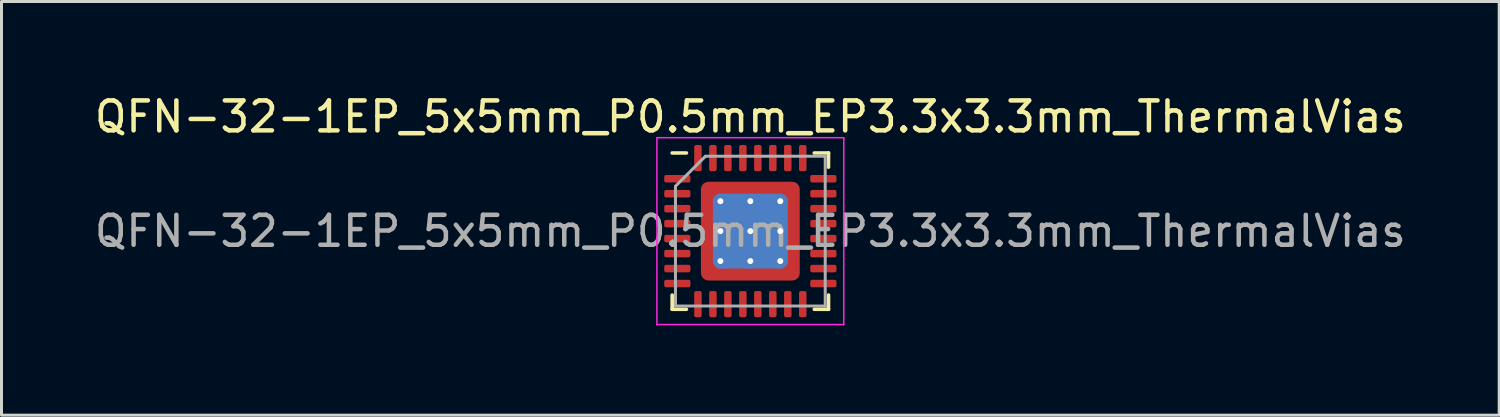
<source format=kicad_pcb>
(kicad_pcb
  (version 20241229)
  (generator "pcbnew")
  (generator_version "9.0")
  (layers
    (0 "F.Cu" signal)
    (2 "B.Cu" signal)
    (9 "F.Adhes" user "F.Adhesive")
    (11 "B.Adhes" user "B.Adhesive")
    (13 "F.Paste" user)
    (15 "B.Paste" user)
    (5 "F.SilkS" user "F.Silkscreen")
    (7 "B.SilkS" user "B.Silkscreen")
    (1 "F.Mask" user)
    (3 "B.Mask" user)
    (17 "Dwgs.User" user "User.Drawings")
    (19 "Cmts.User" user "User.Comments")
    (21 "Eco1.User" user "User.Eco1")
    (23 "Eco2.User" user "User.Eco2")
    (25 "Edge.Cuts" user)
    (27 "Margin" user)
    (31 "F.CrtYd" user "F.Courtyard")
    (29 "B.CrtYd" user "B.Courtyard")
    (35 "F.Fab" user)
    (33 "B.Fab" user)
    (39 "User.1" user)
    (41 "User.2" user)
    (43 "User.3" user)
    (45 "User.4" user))
  (footprint "QFN-32-1EP_5x5mm_P0.5mm_EP3.3x3.3mm_ThermalVias"
    (layer "F.Cu")
    (at 22.006 4.668)
    (property "Reference" "QFN-32-1EP_5x5mm_P0.5mm_EP3.3x3.3mm_ThermalVias" (at 0 -3.82 0) (layer "F.SilkS") (effects (font (size 1 1) (thickness 0.15))))
    (attr smd)
    (fp_line (start -2.61 2.61) (end -2.61 2.135) (stroke (width 0.12) (type solid)) (layer "F.SilkS"))
    (fp_line (start -2.135 -2.61) (end -2.61 -2.61) (stroke (width 0.12) (type solid)) (layer "F.SilkS"))
    (fp_line (start -2.135 2.61) (end -2.61 2.61) (stroke (width 0.12) (type solid)) (layer "F.SilkS"))
    (fp_line (start 2.135 -2.61) (end 2.61 -2.61) (stroke (width 0.12) (type solid)) (layer "F.SilkS"))
    (fp_line (start 2.135 2.61) (end 2.61 2.61) (stroke (width 0.12) (type solid)) (layer "F.SilkS"))
    (fp_line (start 2.61 -2.61) (end 2.61 -2.135) (stroke (width 0.12) (type solid)) (layer "F.SilkS"))
    (fp_line (start 2.61 2.61) (end 2.61 2.135) (stroke (width 0.12) (type solid)) (layer "F.SilkS"))
    (fp_line (start -3.12 -3.12) (end -3.12 3.12) (stroke (width 0.05) (type solid)) (layer "F.CrtYd"))
    (fp_line (start -3.12 3.12) (end 3.12 3.12) (stroke (width 0.05) (type solid)) (layer "F.CrtYd"))
    (fp_line (start 3.12 -3.12) (end -3.12 -3.12) (stroke (width 0.05) (type solid)) (layer "F.CrtYd"))
    (fp_line (start 3.12 3.12) (end 3.12 -3.12) (stroke (width 0.05) (type solid)) (layer "F.CrtYd"))
    (fp_line (start -2.5 -1.5) (end -1.5 -2.5) (stroke (width 0.1) (type solid)) (layer "F.Fab"))
    (fp_line (start -2.5 2.5) (end -2.5 -1.5) (stroke (width 0.1) (type solid)) (layer "F.Fab"))
    (fp_line (start -1.5 -2.5) (end 2.5 -2.5) (stroke (width 0.1) (type solid)) (layer "F.Fab"))
    (fp_line (start 2.5 -2.5) (end 2.5 2.5) (stroke (width 0.1) (type solid)) (layer "F.Fab"))
    (fp_line (start 2.5 2.5) (end -2.5 2.5) (stroke (width 0.1) (type solid)) (layer "F.Fab"))
    (fp_text user "${REFERENCE}" (at 0 0 0) (layer "F.Fab") (effects (font (size 1 1) (thickness 0.15))))
    (pad "" smd custom (at -1.325 -1.325) (size 0.413 0.413) (layers "F.Paste") (options (anchor circle)) (primitives (gr_poly (pts (xy -0.151 -0.151) (xy 0.151 -0.151) (xy 0.151 0.059) (xy 0.059 0.151) (xy -0.151 0.151)) (width 0.222) (fill yes))))
    (pad "" smd custom (at -1.325 -0.5) (size 0.437 0.437) (layers "F.Paste") (options (anchor circle)) (primitives (gr_poly (pts (xy -0.175 -0.316) (xy 0.103 -0.316) (xy 0.175 -0.244) (xy 0.175 0.244) (xy 0.103 0.316) (xy -0.175 0.316)) (width 0.174) (fill yes))))
    (pad "" smd custom (at -1.325 0.5) (size 0.437 0.437) (layers "F.Paste") (options (anchor circle)) (primitives (gr_poly (pts (xy -0.175 -0.316) (xy 0.103 -0.316) (xy 0.175 -0.244) (xy 0.175 0.244) (xy 0.103 0.316) (xy -0.175 0.316)) (width 0.174) (fill yes))))
    (pad "" smd custom (at -1.325 1.325) (size 0.413 0.413) (layers "F.Paste") (options (anchor circle)) (primitives (gr_poly (pts (xy -0.151 -0.151) (xy 0.059 -0.151) (xy 0.151 -0.059) (xy 0.151 0.151) (xy -0.151 0.151)) (width 0.222) (fill yes))))
    (pad "" smd custom (at -0.5 -1.325) (size 0.437 0.437) (layers "F.Paste") (options (anchor circle)) (primitives (gr_poly (pts (xy -0.316 -0.175) (xy 0.316 -0.175) (xy 0.316 0.103) (xy 0.244 0.175) (xy -0.244 0.175) (xy -0.316 0.103)) (width 0.174) (fill yes))))
    (pad "" smd roundrect (at -0.5 -0.5) (size 0.806 0.806) (layers "F.Paste") (roundrect_rratio 0.25))
    (pad "" smd roundrect (at -0.5 0.5) (size 0.806 0.806) (layers "F.Paste") (roundrect_rratio 0.25))
    (pad "" smd custom (at -0.5 1.325) (size 0.437 0.437) (layers "F.Paste") (options (anchor circle)) (primitives (gr_poly (pts (xy -0.316 -0.103) (xy -0.244 -0.175) (xy 0.244 -0.175) (xy 0.316 -0.103) (xy 0.316 0.175) (xy -0.316 0.175)) (width 0.174) (fill yes))))
    (pad "" smd custom (at 0.5 -1.325) (size 0.437 0.437) (layers "F.Paste") (options (anchor circle)) (primitives (gr_poly (pts (xy -0.316 -0.175) (xy 0.316 -0.175) (xy 0.316 0.103) (xy 0.244 0.175) (xy -0.244 0.175) (xy -0.316 0.103)) (width 0.174) (fill yes))))
    (pad "" smd roundrect (at 0.5 -0.5) (size 0.806 0.806) (layers "F.Paste") (roundrect_rratio 0.25))
    (pad "" smd roundrect (at 0.5 0.5) (size 0.806 0.806) (layers "F.Paste") (roundrect_rratio 0.25))
    (pad "" smd custom (at 0.5 1.325) (size 0.437 0.437) (layers "F.Paste") (options (anchor circle)) (primitives (gr_poly (pts (xy -0.316 -0.103) (xy -0.244 -0.175) (xy 0.244 -0.175) (xy 0.316 -0.103) (xy 0.316 0.175) (xy -0.316 0.175)) (width 0.174) (fill yes))))
    (pad "" smd custom (at 1.325 -1.325) (size 0.413 0.413) (layers "F.Paste") (options (anchor circle)) (primitives (gr_poly (pts (xy -0.151 -0.151) (xy 0.151 -0.151) (xy 0.151 0.151) (xy -0.059 0.151) (xy -0.151 0.059)) (width 0.222) (fill yes))))
    (pad "" smd custom (at 1.325 -0.5) (size 0.437 0.437) (layers "F.Paste") (options (anchor circle)) (primitives (gr_poly (pts (xy -0.175 -0.244) (xy -0.103 -0.316) (xy 0.175 -0.316) (xy 0.175 0.316) (xy -0.103 0.316) (xy -0.175 0.244)) (width 0.174) (fill yes))))
    (pad "" smd custom (at 1.325 0.5) (size 0.437 0.437) (layers "F.Paste") (options (anchor circle)) (primitives (gr_poly (pts (xy -0.175 -0.244) (xy -0.103 -0.316) (xy 0.175 -0.316) (xy 0.175 0.316) (xy -0.103 0.316) (xy -0.175 0.244)) (width 0.174) (fill yes))))
    (pad "" smd custom (at 1.325 1.325) (size 0.413 0.413) (layers "F.Paste") (options (anchor circle)) (primitives (gr_poly (pts (xy -0.151 -0.059) (xy -0.059 -0.151) (xy 0.151 -0.151) (xy 0.151 0.151) (xy -0.151 0.151)) (width 0.222) (fill yes))))
    (pad "1" smd roundrect (at -2.438 -1.75) (size 0.875 0.25) (layers "F.Cu" "F.Mask" "F.Paste") (roundrect_rratio 0.25))
    (pad "2" smd roundrect (at -2.438 -1.25) (size 0.875 0.25) (layers "F.Cu" "F.Mask" "F.Paste") (roundrect_rratio 0.25))
    (pad "3" smd roundrect (at -2.438 -0.75) (size 0.875 0.25) (layers "F.Cu" "F.Mask" "F.Paste") (roundrect_rratio 0.25))
    (pad "4" smd roundrect (at -2.438 -0.25) (size 0.875 0.25) (layers "F.Cu" "F.Mask" "F.Paste") (roundrect_rratio 0.25))
    (pad "5" smd roundrect (at -2.438 0.25) (size 0.875 0.25) (layers "F.Cu" "F.Mask" "F.Paste") (roundrect_rratio 0.25))
    (pad "6" smd roundrect (at -2.438 0.75) (size 0.875 0.25) (layers "F.Cu" "F.Mask" "F.Paste") (roundrect_rratio 0.25))
    (pad "7" smd roundrect (at -2.438 1.25) (size 0.875 0.25) (layers "F.Cu" "F.Mask" "F.Paste") (roundrect_rratio 0.25))
    (pad "8" smd roundrect (at -2.438 1.75) (size 0.875 0.25) (layers "F.Cu" "F.Mask" "F.Paste") (roundrect_rratio 0.25))
    (pad "9" smd roundrect (at -1.75 2.438) (size 0.25 0.875) (layers "F.Cu" "F.Mask" "F.Paste") (roundrect_rratio 0.25))
    (pad "10" smd roundrect (at -1.25 2.438) (size 0.25 0.875) (layers "F.Cu" "F.Mask" "F.Paste") (roundrect_rratio 0.25))
    (pad "11" smd roundrect (at -0.75 2.438) (size 0.25 0.875) (layers "F.Cu" "F.Mask" "F.Paste") (roundrect_rratio 0.25))
    (pad "12" smd roundrect (at -0.25 2.438) (size 0.25 0.875) (layers "F.Cu" "F.Mask" "F.Paste") (roundrect_rratio 0.25))
    (pad "13" smd roundrect (at 0.25 2.438) (size 0.25 0.875) (layers "F.Cu" "F.Mask" "F.Paste") (roundrect_rratio 0.25))
    (pad "14" smd roundrect (at 0.75 2.438) (size 0.25 0.875) (layers "F.Cu" "F.Mask" "F.Paste") (roundrect_rratio 0.25))
    (pad "15" smd roundrect (at 1.25 2.438) (size 0.25 0.875) (layers "F.Cu" "F.Mask" "F.Paste") (roundrect_rratio 0.25))
    (pad "16" smd roundrect (at 1.75 2.438) (size 0.25 0.875) (layers "F.Cu" "F.Mask" "F.Paste") (roundrect_rratio 0.25))
    (pad "17" smd roundrect (at 2.438 1.75) (size 0.875 0.25) (layers "F.Cu" "F.Mask" "F.Paste") (roundrect_rratio 0.25))
    (pad "18" smd roundrect (at 2.438 1.25) (size 0.875 0.25) (layers "F.Cu" "F.Mask" "F.Paste") (roundrect_rratio 0.25))
    (pad "19" smd roundrect (at 2.438 0.75) (size 0.875 0.25) (layers "F.Cu" "F.Mask" "F.Paste") (roundrect_rratio 0.25))
    (pad "20" smd roundrect (at 2.438 0.25) (size 0.875 0.25) (layers "F.Cu" "F.Mask" "F.Paste") (roundrect_rratio 0.25))
    (pad "21" smd roundrect (at 2.438 -0.25) (size 0.875 0.25) (layers "F.Cu" "F.Mask" "F.Paste") (roundrect_rratio 0.25))
    (pad "22" smd roundrect (at 2.438 -0.75) (size 0.875 0.25) (layers "F.Cu" "F.Mask" "F.Paste") (roundrect_rratio 0.25))
    (pad "23" smd roundrect (at 2.438 -1.25) (size 0.875 0.25) (layers "F.Cu" "F.Mask" "F.Paste") (roundrect_rratio 0.25))
    (pad "24" smd roundrect (at 2.438 -1.75) (size 0.875 0.25) (layers "F.Cu" "F.Mask" "F.Paste") (roundrect_rratio 0.25))
    (pad "25" smd roundrect (at 1.75 -2.438) (size 0.25 0.875) (layers "F.Cu" "F.Mask" "F.Paste") (roundrect_rratio 0.25))
    (pad "26" smd roundrect (at 1.25 -2.438) (size 0.25 0.875) (layers "F.Cu" "F.Mask" "F.Paste") (roundrect_rratio 0.25))
    (pad "27" smd roundrect (at 0.75 -2.438) (size 0.25 0.875) (layers "F.Cu" "F.Mask" "F.Paste") (roundrect_rratio 0.25))
    (pad "28" smd roundrect (at 0.25 -2.438) (size 0.25 0.875) (layers "F.Cu" "F.Mask" "F.Paste") (roundrect_rratio 0.25))
    (pad "29" smd roundrect (at -0.25 -2.438) (size 0.25 0.875) (layers "F.Cu" "F.Mask" "F.Paste") (roundrect_rratio 0.25))
    (pad "30" smd roundrect (at -0.75 -2.438) (size 0.25 0.875) (layers "F.Cu" "F.Mask" "F.Paste") (roundrect_rratio 0.25))
    (pad "31" smd roundrect (at -1.25 -2.438) (size 0.25 0.875) (layers "F.Cu" "F.Mask" "F.Paste") (roundrect_rratio 0.25))
    (pad "32" smd roundrect (at -1.75 -2.438) (size 0.25 0.875) (layers "F.Cu" "F.Mask" "F.Paste") (roundrect_rratio 0.25))
    (pad "33" thru_hole circle (at -1 -1) (size 0.5 0.5) (drill 0.2) (layers "*.Cu"))
    (pad "33" thru_hole circle (at -1 0) (size 0.5 0.5) (drill 0.2) (layers "*.Cu"))
    (pad "33" thru_hole circle (at -1 1) (size 0.5 0.5) (drill 0.2) (layers "*.Cu"))
    (pad "33" thru_hole circle (at 0 -1) (size 0.5 0.5) (drill 0.2) (layers "*.Cu"))
    (pad "33" thru_hole circle (at 0 0) (size 0.5 0.5) (drill 0.2) (layers "*.Cu"))
    (pad "33" smd roundrect (at 0 0) (size 2.5 2.5) (layers "B.Cu") (roundrect_rratio 0.1))
    (pad "33" smd roundrect (at 0 0) (size 3.3 3.3) (layers "F.Cu" "F.Mask") (roundrect_rratio 0.076))
    (pad "33" thru_hole circle (at 0 1) (size 0.5 0.5) (drill 0.2) (layers "*.Cu"))
    (pad "33" thru_hole circle (at 1 -1) (size 0.5 0.5) (drill 0.2) (layers "*.Cu"))
    (pad "33" thru_hole circle (at 1 0) (size 0.5 0.5) (drill 0.2) (layers "*.Cu"))
    (pad "33" thru_hole circle (at 1 1) (size 0.5 0.5) (drill 0.2) (layers "*.Cu")))
  (gr_rect
    (start -3 -3)
    (end 47.012 10.813)
    (stroke (width 0.1) (type default))
    (fill no)
    (layer "Edge.Cuts")))
</source>
